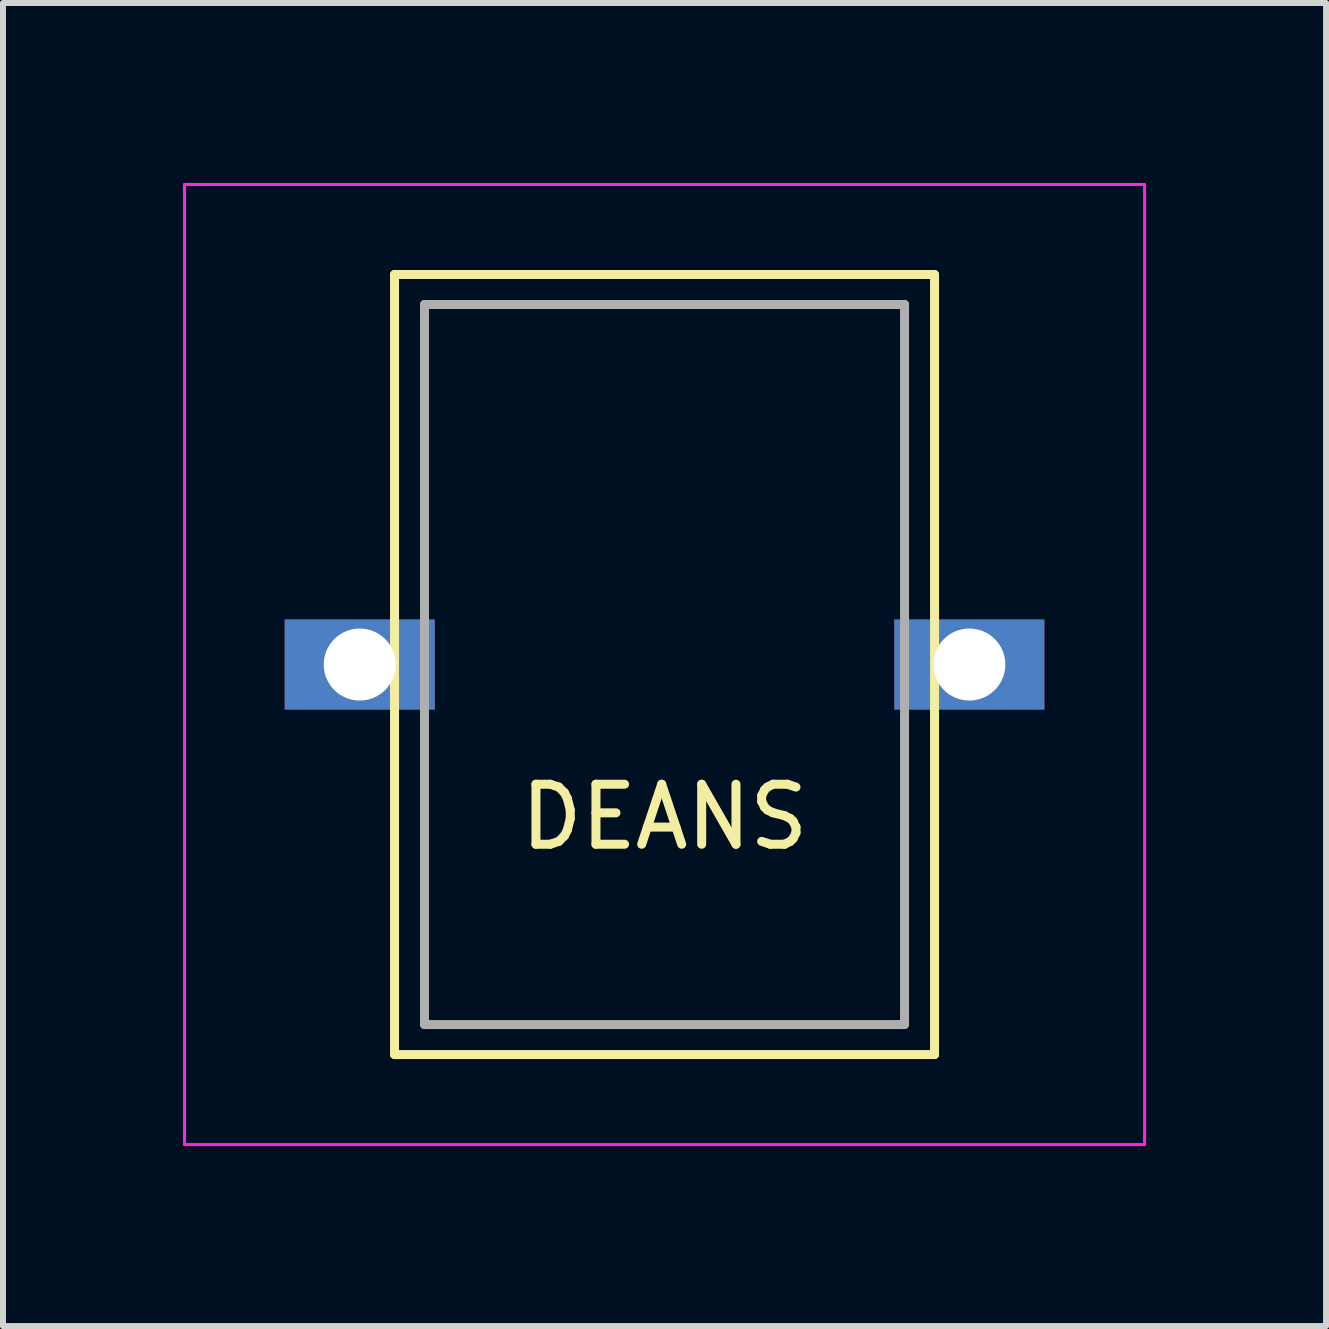
<source format=kicad_pcb>
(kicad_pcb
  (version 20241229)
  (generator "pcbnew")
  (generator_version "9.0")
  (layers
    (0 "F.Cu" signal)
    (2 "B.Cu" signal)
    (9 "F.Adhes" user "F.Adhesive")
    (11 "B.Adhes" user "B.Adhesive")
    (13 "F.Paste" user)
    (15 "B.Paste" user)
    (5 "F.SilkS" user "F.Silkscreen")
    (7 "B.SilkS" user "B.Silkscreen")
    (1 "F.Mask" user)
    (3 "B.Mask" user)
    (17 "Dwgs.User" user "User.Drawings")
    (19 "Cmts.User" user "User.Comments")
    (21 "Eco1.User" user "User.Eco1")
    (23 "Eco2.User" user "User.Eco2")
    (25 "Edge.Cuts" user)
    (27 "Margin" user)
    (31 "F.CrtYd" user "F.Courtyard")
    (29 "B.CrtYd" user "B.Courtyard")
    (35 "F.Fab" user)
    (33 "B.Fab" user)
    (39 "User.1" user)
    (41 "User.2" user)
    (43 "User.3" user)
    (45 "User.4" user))
  (footprint "DEANS"
    (layer "F.Cu")
    (at 8.025 8.025)
    (property "Reference" "DEANS" (at 0 2.54 0) (layer "F.SilkS") (effects (font (size 1 1) (thickness 0.15))))
    (fp_line (start -4.5 -6.5) (end 4.5 -6.5) (stroke (width 0.15) (type solid)) (layer "F.SilkS"))
    (fp_line (start -4.5 6.5) (end -4.5 -6.5) (stroke (width 0.15) (type solid)) (layer "F.SilkS"))
    (fp_line (start 4.5 -6.5) (end 4.5 6.5) (stroke (width 0.15) (type solid)) (layer "F.SilkS"))
    (fp_line (start 4.5 6.5) (end -4.5 6.5) (stroke (width 0.15) (type solid)) (layer "F.SilkS"))
    (fp_line (start -8 -8) (end 8 -8) (stroke (width 0.05) (type solid)) (layer "F.CrtYd"))
    (fp_line (start -8 8) (end -8 -8) (stroke (width 0.05) (type solid)) (layer "F.CrtYd"))
    (fp_line (start 8 -8) (end 8 8) (stroke (width 0.05) (type solid)) (layer "F.CrtYd"))
    (fp_line (start 8 8) (end -8 8) (stroke (width 0.05) (type solid)) (layer "F.CrtYd"))
    (fp_line (start -4 -6) (end 4 -6) (stroke (width 0.15) (type solid)) (layer "F.Fab"))
    (fp_line (start -4 6) (end -4 -6) (stroke (width 0.15) (type solid)) (layer "F.Fab"))
    (fp_line (start 4 -6) (end 4 6) (stroke (width 0.15) (type solid)) (layer "F.Fab"))
    (fp_line (start 4 6) (end -4 6) (stroke (width 0.15) (type solid)) (layer "F.Fab"))
    (pad "1" thru_hole rect (at -5.08 0) (size 2.5 1.5) (drill 1.2) (layers "*.Cu" "*.Mask"))
    (pad "2" thru_hole rect (at 5.08 0) (size 2.5 1.5) (drill 1.2) (layers "*.Cu" "*.Mask")))
  (gr_rect
    (start -3 -3)
    (end 19.05 19.05)
    (stroke (width 0.1) (type default))
    (fill no)
    (layer "Edge.Cuts")))
</source>
